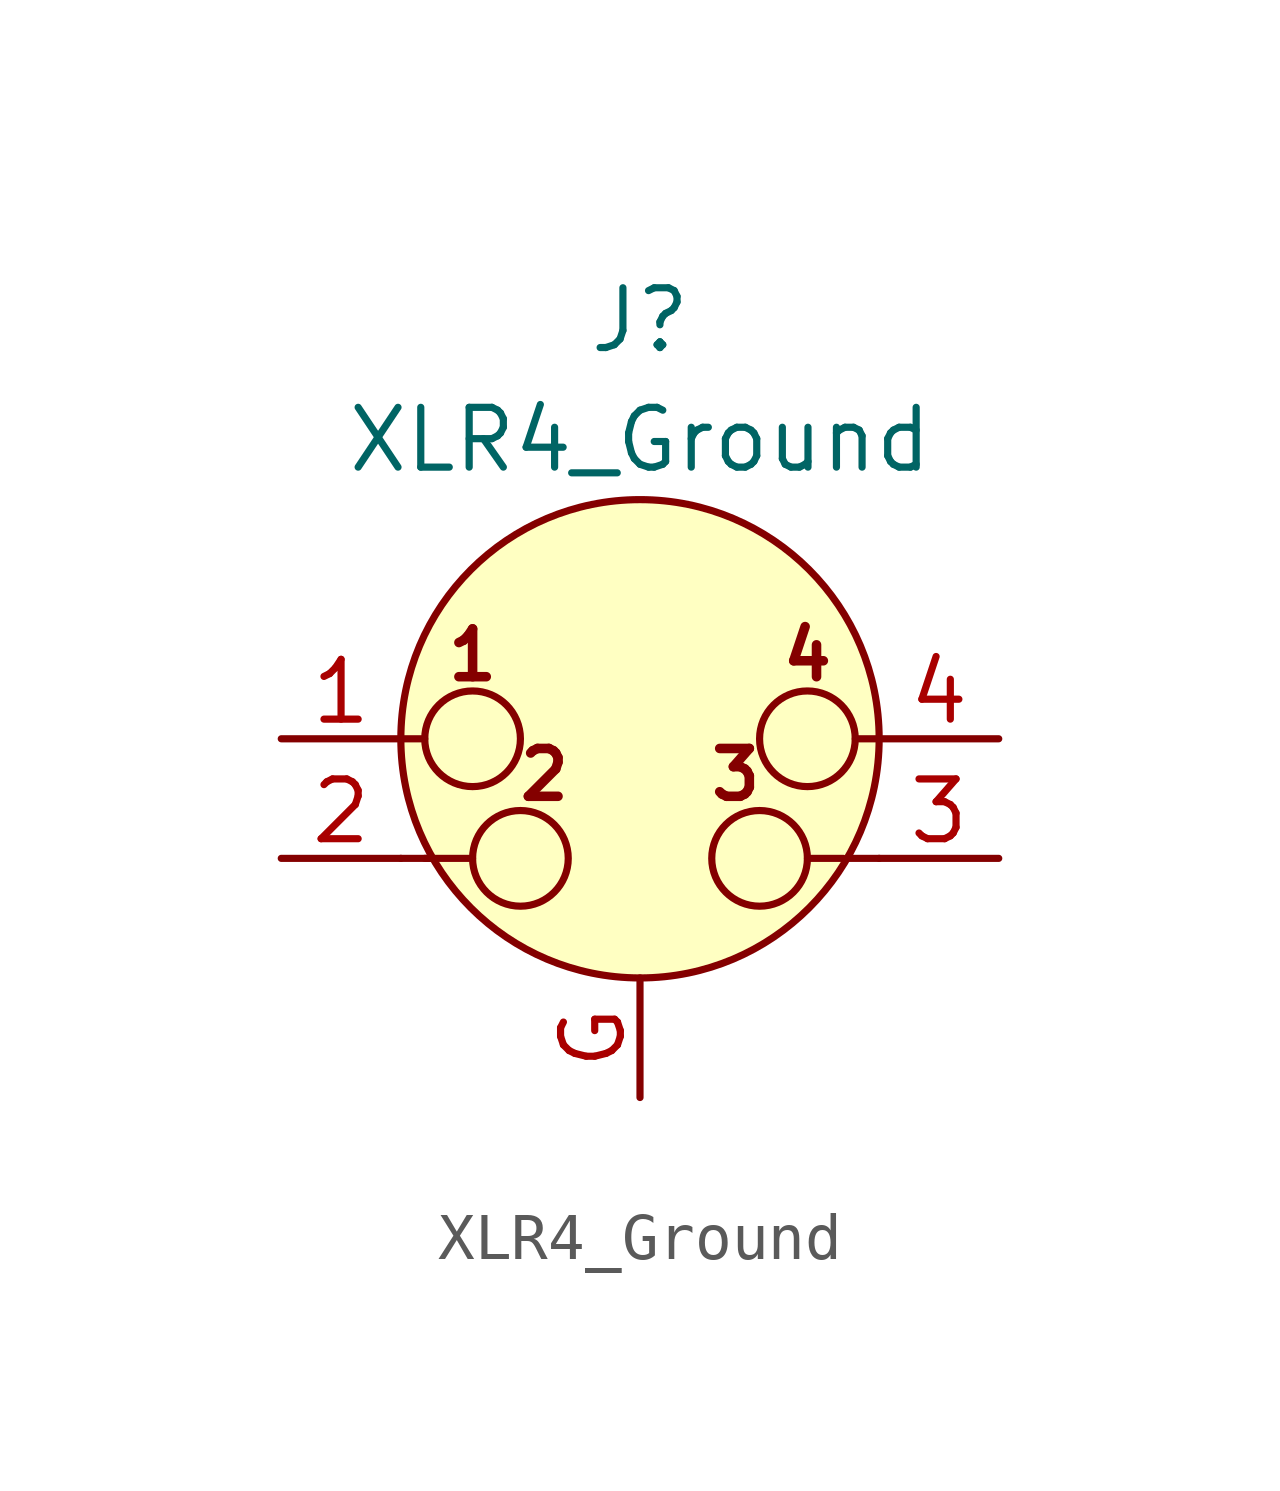
<source format=kicad_sym>
(kicad_symbol_lib
  (version 20211014)
  (generator kicad_symbol_editor)
  (symbol "XLR4_Ground"
    (pin_names hide)
    (property "Reference" "J"
      (at 0 8.89 0)
      (effects (font (size 1.27 1.27))))
    (property "Value" "XLR4_Ground"
      (at 0 6.35 0)
      (effects (font (size 1.27 1.27))))
    (symbol "XLR4_Ground_0_1"
      (circle (center -3.556 0) (radius 1.016) (stroke (width 0) (type default) (color 0 0 0 0)) (fill (type none)))
      (circle (center -2.54 -2.54) (radius 1.016) (stroke (width 0) (type default) (color 0 0 0 0)) (fill (type none)))
      (polyline (pts (xy -5.08 -2.54) (xy -4.445 -2.54)) (stroke (width 0) (type default) (color 0 0 0 0)) (fill (type none)))
      (polyline (pts (xy -5.08 0) (xy -4.572 0)) (stroke (width 0) (type default) (color 0 0 0 0)) (fill (type none)))
      (polyline (pts (xy -4.572 -2.54) (xy -3.556 -2.54)) (stroke (width 0) (type default) (color 0 0 0 0)) (fill (type none)))
      (polyline (pts (xy 4.318 -2.54) (xy 3.556 -2.54)) (stroke (width 0) (type default) (color 0 0 0 0)) (fill (type none)))
      (polyline (pts (xy 5.08 -2.54) (xy 4.445 -2.54)) (stroke (width 0) (type default) (color 0 0 0 0)) (fill (type none)))
      (polyline (pts (xy 5.08 0) (xy 4.572 0)) (stroke (width 0) (type default) (color 0 0 0 0)) (fill (type none)))
      (circle (center 0 0) (radius 5.08) (stroke (width 0) (type default) (color 0 0 0 0)) (fill (type background)))
      (circle (center 2.54 -2.54) (radius 1.016) (stroke (width 0) (type default) (color 0 0 0 0)) (fill (type none)))
      (circle (center 3.556 0) (radius 1.016) (stroke (width 0) (type default) (color 0 0 0 0)) (fill (type none)))
      (text "1" (at -3.556 1.778 0) (effects (font (size 1.016 1.016) bold)))
      (text "2" (at -2.032 -0.762 0) (effects (font (size 1.016 1.016) bold)))
      (text "3" (at 2.032 -0.762 0) (effects (font (size 1.016 1.016) bold)))
      (text "4" (at 3.556 1.778 0) (effects (font (size 1.016 1.016) bold))))
    (symbol "XLR4_Ground_1_1"
      (pin passive line (at -7.62 0 0) (length 2.54) (name "1" (effects (font (size 1.27 1.27)))) (number "1" (effects (font (size 1.27 1.27)))))
      (pin passive line (at -7.62 -2.54 0) (length 2.54) (name "2" (effects (font (size 1.27 1.27)))) (number "2" (effects (font (size 1.27 1.27)))))
      (pin passive line (at 7.62 -2.54 180) (length 2.54) (name "3" (effects (font (size 1.27 1.27)))) (number "3" (effects (font (size 1.27 1.27)))))
      (pin passive line (at 7.62 0 180) (length 2.54) (name "4" (effects (font (size 1.27 1.27)))) (number "4" (effects (font (size 1.27 1.27)))))
      (pin passive line (at 0 -7.62 90) (length 2.54) (name "G" (effects (font (size 1.27 1.27)))) (number "G" (effects (font (size 1.27 1.27))))))))
</source>
